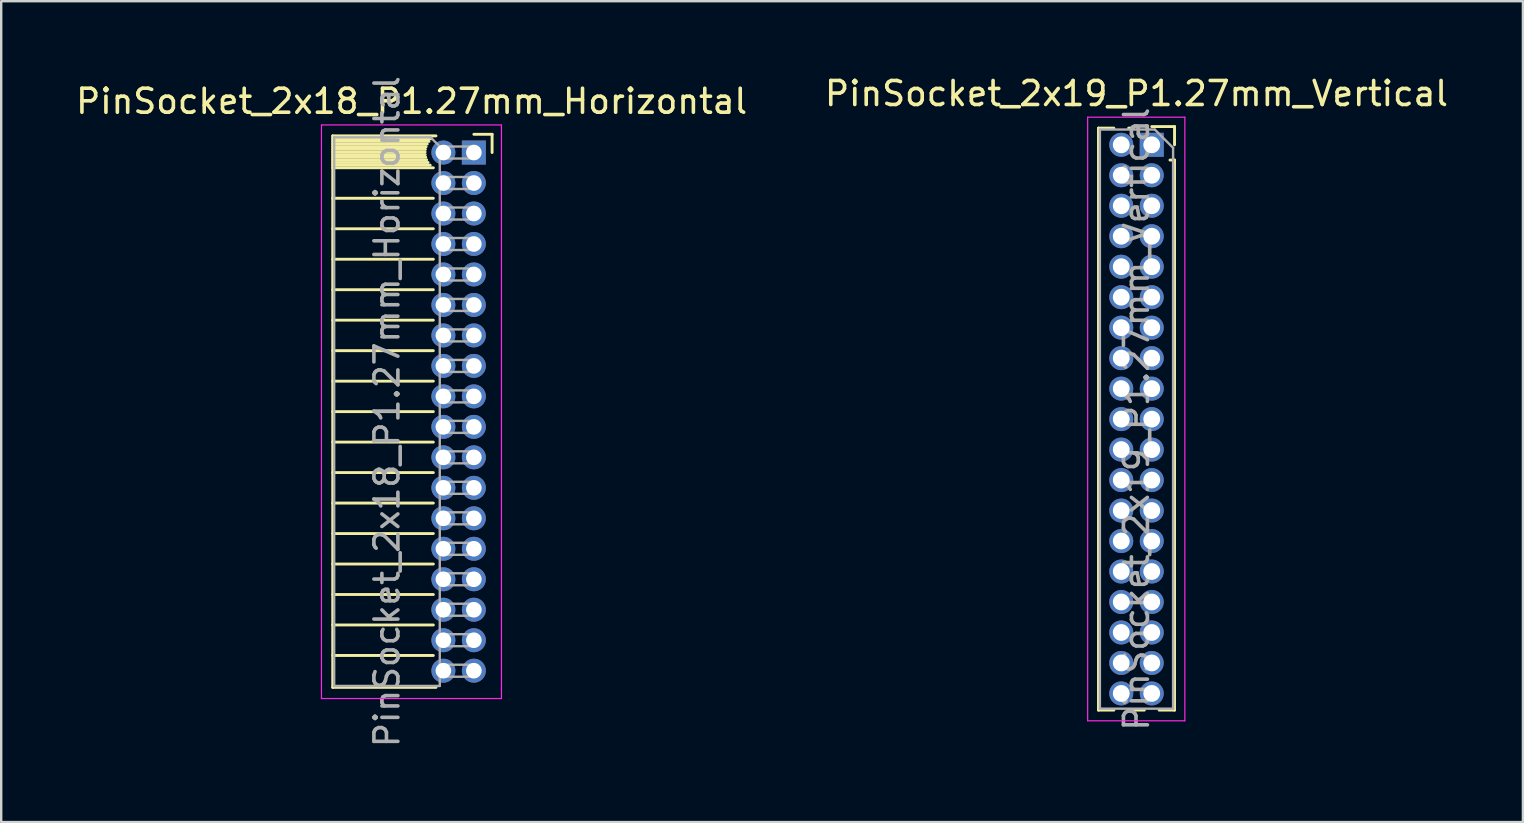
<source format=kicad_pcb>
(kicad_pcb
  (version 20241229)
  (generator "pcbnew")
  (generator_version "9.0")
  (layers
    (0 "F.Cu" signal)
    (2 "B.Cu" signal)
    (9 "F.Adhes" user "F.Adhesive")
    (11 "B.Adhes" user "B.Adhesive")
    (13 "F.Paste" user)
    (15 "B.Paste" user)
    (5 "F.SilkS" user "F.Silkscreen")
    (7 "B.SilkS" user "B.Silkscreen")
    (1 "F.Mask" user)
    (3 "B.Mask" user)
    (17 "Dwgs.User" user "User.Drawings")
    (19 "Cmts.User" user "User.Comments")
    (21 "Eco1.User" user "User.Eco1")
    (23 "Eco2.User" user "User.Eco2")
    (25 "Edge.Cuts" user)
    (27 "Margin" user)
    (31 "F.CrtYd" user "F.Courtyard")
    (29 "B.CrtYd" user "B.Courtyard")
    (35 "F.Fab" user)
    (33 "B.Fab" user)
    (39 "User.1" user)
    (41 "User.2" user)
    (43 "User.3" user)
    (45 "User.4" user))
  (footprint "PinSocket_2x18_P1.27mm_Horizontal"
    (layer "F.Cu")
    (at 16.694 3.306)
    (property "Reference" "PinSocket_2x18_P1.27mm_Horizontal" (at -2.592 -2.135 0) (layer "F.SilkS") (effects (font (size 1 1) (thickness 0.15))))
    (attr through_hole)
    (fp_line (start -5.88 -0.695) (end -5.88 22.285) (stroke (width 0.12) (type solid)) (layer "F.SilkS"))
    (fp_line (start -5.88 -0.695) (end -1.578 -0.695) (stroke (width 0.12) (type solid)) (layer "F.SilkS"))
    (fp_line (start -5.88 -0.575) (end -1.767 -0.575) (stroke (width 0.12) (type solid)) (layer "F.SilkS"))
    (fp_line (start -5.88 -0.465) (end -1.871 -0.465) (stroke (width 0.12) (type solid)) (layer "F.SilkS"))
    (fp_line (start -5.88 -0.355) (end -1.942 -0.355) (stroke (width 0.12) (type solid)) (layer "F.SilkS"))
    (fp_line (start -5.88 -0.245) (end -1.989 -0.245) (stroke (width 0.12) (type solid)) (layer "F.SilkS"))
    (fp_line (start -5.88 -0.135) (end -2.018 -0.135) (stroke (width 0.12) (type solid)) (layer "F.SilkS"))
    (fp_line (start -5.88 -0.025) (end -2.03 -0.025) (stroke (width 0.12) (type solid)) (layer "F.SilkS"))
    (fp_line (start -5.88 0.085) (end -2.025 0.085) (stroke (width 0.12) (type solid)) (layer "F.SilkS"))
    (fp_line (start -5.88 0.195) (end -2.005 0.195) (stroke (width 0.12) (type solid)) (layer "F.SilkS"))
    (fp_line (start -5.88 0.305) (end -1.966 0.305) (stroke (width 0.12) (type solid)) (layer "F.SilkS"))
    (fp_line (start -5.88 0.415) (end -1.907 0.415) (stroke (width 0.12) (type solid)) (layer "F.SilkS"))
    (fp_line (start -5.88 0.525) (end -1.82 0.525) (stroke (width 0.12) (type solid)) (layer "F.SilkS"))
    (fp_line (start -5.88 0.635) (end -1.688 0.635) (stroke (width 0.12) (type solid)) (layer "F.SilkS"))
    (fp_line (start -5.88 1.905) (end -1.688 1.905) (stroke (width 0.12) (type solid)) (layer "F.SilkS"))
    (fp_line (start -5.88 3.175) (end -1.688 3.175) (stroke (width 0.12) (type solid)) (layer "F.SilkS"))
    (fp_line (start -5.88 4.445) (end -1.688 4.445) (stroke (width 0.12) (type solid)) (layer "F.SilkS"))
    (fp_line (start -5.88 5.715) (end -1.688 5.715) (stroke (width 0.12) (type solid)) (layer "F.SilkS"))
    (fp_line (start -5.88 6.985) (end -1.688 6.985) (stroke (width 0.12) (type solid)) (layer "F.SilkS"))
    (fp_line (start -5.88 8.255) (end -1.688 8.255) (stroke (width 0.12) (type solid)) (layer "F.SilkS"))
    (fp_line (start -5.88 9.525) (end -1.688 9.525) (stroke (width 0.12) (type solid)) (layer "F.SilkS"))
    (fp_line (start -5.88 10.795) (end -1.688 10.795) (stroke (width 0.12) (type solid)) (layer "F.SilkS"))
    (fp_line (start -5.88 12.065) (end -1.688 12.065) (stroke (width 0.12) (type solid)) (layer "F.SilkS"))
    (fp_line (start -5.88 13.335) (end -1.688 13.335) (stroke (width 0.12) (type solid)) (layer "F.SilkS"))
    (fp_line (start -5.88 14.605) (end -1.688 14.605) (stroke (width 0.12) (type solid)) (layer "F.SilkS"))
    (fp_line (start -5.88 15.875) (end -1.688 15.875) (stroke (width 0.12) (type solid)) (layer "F.SilkS"))
    (fp_line (start -5.88 17.145) (end -1.688 17.145) (stroke (width 0.12) (type solid)) (layer "F.SilkS"))
    (fp_line (start -5.88 18.415) (end -1.688 18.415) (stroke (width 0.12) (type solid)) (layer "F.SilkS"))
    (fp_line (start -5.88 19.685) (end -1.688 19.685) (stroke (width 0.12) (type solid)) (layer "F.SilkS"))
    (fp_line (start -5.88 20.955) (end -1.688 20.955) (stroke (width 0.12) (type solid)) (layer "F.SilkS"))
    (fp_line (start -5.88 22.285) (end -1.578 22.285) (stroke (width 0.12) (type solid)) (layer "F.SilkS"))
    (fp_line (start 0 -0.76) (end 0.76 -0.76) (stroke (width 0.12) (type solid)) (layer "F.SilkS"))
    (fp_line (start 0.76 -0.76) (end 0.76 0) (stroke (width 0.12) (type solid)) (layer "F.SilkS"))
    (fp_line (start -6.35 -1.15) (end -6.35 22.75) (stroke (width 0.05) (type solid)) (layer "F.CrtYd"))
    (fp_line (start -6.35 22.75) (end 1.15 22.75) (stroke (width 0.05) (type solid)) (layer "F.CrtYd"))
    (fp_line (start 1.15 -1.15) (end -6.35 -1.15) (stroke (width 0.05) (type solid)) (layer "F.CrtYd"))
    (fp_line (start 1.15 22.75) (end 1.15 -1.15) (stroke (width 0.05) (type solid)) (layer "F.CrtYd"))
    (fp_line (start -5.82 -0.635) (end -1.805 -0.635) (stroke (width 0.1) (type solid)) (layer "F.Fab"))
    (fp_line (start -5.82 22.225) (end -5.82 -0.635) (stroke (width 0.1) (type solid)) (layer "F.Fab"))
    (fp_line (start -1.805 -0.635) (end -1.42 -0.25) (stroke (width 0.1) (type solid)) (layer "F.Fab"))
    (fp_line (start -1.42 -0.25) (end -1.42 22.225) (stroke (width 0.1) (type solid)) (layer "F.Fab"))
    (fp_line (start -1.42 0.25) (end 0 0.25) (stroke (width 0.1) (type solid)) (layer "F.Fab"))
    (fp_line (start -1.42 1.52) (end 0 1.52) (stroke (width 0.1) (type solid)) (layer "F.Fab"))
    (fp_line (start -1.42 2.79) (end 0 2.79) (stroke (width 0.1) (type solid)) (layer "F.Fab"))
    (fp_line (start -1.42 4.06) (end 0 4.06) (stroke (width 0.1) (type solid)) (layer "F.Fab"))
    (fp_line (start -1.42 5.33) (end 0 5.33) (stroke (width 0.1) (type solid)) (layer "F.Fab"))
    (fp_line (start -1.42 6.6) (end 0 6.6) (stroke (width 0.1) (type solid)) (layer "F.Fab"))
    (fp_line (start -1.42 7.87) (end 0 7.87) (stroke (width 0.1) (type solid)) (layer "F.Fab"))
    (fp_line (start -1.42 9.14) (end 0 9.14) (stroke (width 0.1) (type solid)) (layer "F.Fab"))
    (fp_line (start -1.42 10.41) (end 0 10.41) (stroke (width 0.1) (type solid)) (layer "F.Fab"))
    (fp_line (start -1.42 11.68) (end 0 11.68) (stroke (width 0.1) (type solid)) (layer "F.Fab"))
    (fp_line (start -1.42 12.95) (end 0 12.95) (stroke (width 0.1) (type solid)) (layer "F.Fab"))
    (fp_line (start -1.42 14.22) (end 0 14.22) (stroke (width 0.1) (type solid)) (layer "F.Fab"))
    (fp_line (start -1.42 15.49) (end 0 15.49) (stroke (width 0.1) (type solid)) (layer "F.Fab"))
    (fp_line (start -1.42 16.76) (end 0 16.76) (stroke (width 0.1) (type solid)) (layer "F.Fab"))
    (fp_line (start -1.42 18.03) (end 0 18.03) (stroke (width 0.1) (type solid)) (layer "F.Fab"))
    (fp_line (start -1.42 19.3) (end 0 19.3) (stroke (width 0.1) (type solid)) (layer "F.Fab"))
    (fp_line (start -1.42 20.57) (end 0 20.57) (stroke (width 0.1) (type solid)) (layer "F.Fab"))
    (fp_line (start -1.42 21.84) (end 0 21.84) (stroke (width 0.1) (type solid)) (layer "F.Fab"))
    (fp_line (start -1.42 22.225) (end -5.82 22.225) (stroke (width 0.1) (type solid)) (layer "F.Fab"))
    (fp_line (start 0 -0.25) (end -1.42 -0.25) (stroke (width 0.1) (type solid)) (layer "F.Fab"))
    (fp_line (start 0 0.25) (end 0 -0.25) (stroke (width 0.1) (type solid)) (layer "F.Fab"))
    (fp_line (start 0 1.02) (end -1.42 1.02) (stroke (width 0.1) (type solid)) (layer "F.Fab"))
    (fp_line (start 0 1.52) (end 0 1.02) (stroke (width 0.1) (type solid)) (layer "F.Fab"))
    (fp_line (start 0 2.29) (end -1.42 2.29) (stroke (width 0.1) (type solid)) (layer "F.Fab"))
    (fp_line (start 0 2.79) (end 0 2.29) (stroke (width 0.1) (type solid)) (layer "F.Fab"))
    (fp_line (start 0 3.56) (end -1.42 3.56) (stroke (width 0.1) (type solid)) (layer "F.Fab"))
    (fp_line (start 0 4.06) (end 0 3.56) (stroke (width 0.1) (type solid)) (layer "F.Fab"))
    (fp_line (start 0 4.83) (end -1.42 4.83) (stroke (width 0.1) (type solid)) (layer "F.Fab"))
    (fp_line (start 0 5.33) (end 0 4.83) (stroke (width 0.1) (type solid)) (layer "F.Fab"))
    (fp_line (start 0 6.1) (end -1.42 6.1) (stroke (width 0.1) (type solid)) (layer "F.Fab"))
    (fp_line (start 0 6.6) (end 0 6.1) (stroke (width 0.1) (type solid)) (layer "F.Fab"))
    (fp_line (start 0 7.37) (end -1.42 7.37) (stroke (width 0.1) (type solid)) (layer "F.Fab"))
    (fp_line (start 0 7.87) (end 0 7.37) (stroke (width 0.1) (type solid)) (layer "F.Fab"))
    (fp_line (start 0 8.64) (end -1.42 8.64) (stroke (width 0.1) (type solid)) (layer "F.Fab"))
    (fp_line (start 0 9.14) (end 0 8.64) (stroke (width 0.1) (type solid)) (layer "F.Fab"))
    (fp_line (start 0 9.91) (end -1.42 9.91) (stroke (width 0.1) (type solid)) (layer "F.Fab"))
    (fp_line (start 0 10.41) (end 0 9.91) (stroke (width 0.1) (type solid)) (layer "F.Fab"))
    (fp_line (start 0 11.18) (end -1.42 11.18) (stroke (width 0.1) (type solid)) (layer "F.Fab"))
    (fp_line (start 0 11.68) (end 0 11.18) (stroke (width 0.1) (type solid)) (layer "F.Fab"))
    (fp_line (start 0 12.45) (end -1.42 12.45) (stroke (width 0.1) (type solid)) (layer "F.Fab"))
    (fp_line (start 0 12.95) (end 0 12.45) (stroke (width 0.1) (type solid)) (layer "F.Fab"))
    (fp_line (start 0 13.72) (end -1.42 13.72) (stroke (width 0.1) (type solid)) (layer "F.Fab"))
    (fp_line (start 0 14.22) (end 0 13.72) (stroke (width 0.1) (type solid)) (layer "F.Fab"))
    (fp_line (start 0 14.99) (end -1.42 14.99) (stroke (width 0.1) (type solid)) (layer "F.Fab"))
    (fp_line (start 0 15.49) (end 0 14.99) (stroke (width 0.1) (type solid)) (layer "F.Fab"))
    (fp_line (start 0 16.26) (end -1.42 16.26) (stroke (width 0.1) (type solid)) (layer "F.Fab"))
    (fp_line (start 0 16.76) (end 0 16.26) (stroke (width 0.1) (type solid)) (layer "F.Fab"))
    (fp_line (start 0 17.53) (end -1.42 17.53) (stroke (width 0.1) (type solid)) (layer "F.Fab"))
    (fp_line (start 0 18.03) (end 0 17.53) (stroke (width 0.1) (type solid)) (layer "F.Fab"))
    (fp_line (start 0 18.8) (end -1.42 18.8) (stroke (width 0.1) (type solid)) (layer "F.Fab"))
    (fp_line (start 0 19.3) (end 0 18.8) (stroke (width 0.1) (type solid)) (layer "F.Fab"))
    (fp_line (start 0 20.07) (end -1.42 20.07) (stroke (width 0.1) (type solid)) (layer "F.Fab"))
    (fp_line (start 0 20.57) (end 0 20.07) (stroke (width 0.1) (type solid)) (layer "F.Fab"))
    (fp_line (start 0 21.34) (end -1.42 21.34) (stroke (width 0.1) (type solid)) (layer "F.Fab"))
    (fp_line (start 0 21.84) (end 0 21.34) (stroke (width 0.1) (type solid)) (layer "F.Fab"))
    (fp_text user "${REFERENCE}" (at -3.62 10.795 90) (layer "F.Fab") (effects (font (size 1 1) (thickness 0.15))))
    (pad "1" thru_hole rect (at 0 0) (size 1 1) (drill 0.65) (layers "*.Cu" "*.Mask"))
    (pad "2" thru_hole circle (at -1.27 0) (size 1 1) (drill 0.65) (layers "*.Cu" "*.Mask"))
    (pad "3" thru_hole circle (at 0 1.27) (size 1 1) (drill 0.65) (layers "*.Cu" "*.Mask"))
    (pad "4" thru_hole circle (at -1.27 1.27) (size 1 1) (drill 0.65) (layers "*.Cu" "*.Mask"))
    (pad "5" thru_hole circle (at 0 2.54) (size 1 1) (drill 0.65) (layers "*.Cu" "*.Mask"))
    (pad "6" thru_hole circle (at -1.27 2.54) (size 1 1) (drill 0.65) (layers "*.Cu" "*.Mask"))
    (pad "7" thru_hole circle (at 0 3.81) (size 1 1) (drill 0.65) (layers "*.Cu" "*.Mask"))
    (pad "8" thru_hole circle (at -1.27 3.81) (size 1 1) (drill 0.65) (layers "*.Cu" "*.Mask"))
    (pad "9" thru_hole circle (at 0 5.08) (size 1 1) (drill 0.65) (layers "*.Cu" "*.Mask"))
    (pad "10" thru_hole circle (at -1.27 5.08) (size 1 1) (drill 0.65) (layers "*.Cu" "*.Mask"))
    (pad "11" thru_hole circle (at 0 6.35) (size 1 1) (drill 0.65) (layers "*.Cu" "*.Mask"))
    (pad "12" thru_hole circle (at -1.27 6.35) (size 1 1) (drill 0.65) (layers "*.Cu" "*.Mask"))
    (pad "13" thru_hole circle (at 0 7.62) (size 1 1) (drill 0.65) (layers "*.Cu" "*.Mask"))
    (pad "14" thru_hole circle (at -1.27 7.62) (size 1 1) (drill 0.65) (layers "*.Cu" "*.Mask"))
    (pad "15" thru_hole circle (at 0 8.89) (size 1 1) (drill 0.65) (layers "*.Cu" "*.Mask"))
    (pad "16" thru_hole circle (at -1.27 8.89) (size 1 1) (drill 0.65) (layers "*.Cu" "*.Mask"))
    (pad "17" thru_hole circle (at 0 10.16) (size 1 1) (drill 0.65) (layers "*.Cu" "*.Mask"))
    (pad "18" thru_hole circle (at -1.27 10.16) (size 1 1) (drill 0.65) (layers "*.Cu" "*.Mask"))
    (pad "19" thru_hole circle (at 0 11.43) (size 1 1) (drill 0.65) (layers "*.Cu" "*.Mask"))
    (pad "20" thru_hole circle (at -1.27 11.43) (size 1 1) (drill 0.65) (layers "*.Cu" "*.Mask"))
    (pad "21" thru_hole circle (at 0 12.7) (size 1 1) (drill 0.65) (layers "*.Cu" "*.Mask"))
    (pad "22" thru_hole circle (at -1.27 12.7) (size 1 1) (drill 0.65) (layers "*.Cu" "*.Mask"))
    (pad "23" thru_hole circle (at 0 13.97) (size 1 1) (drill 0.65) (layers "*.Cu" "*.Mask"))
    (pad "24" thru_hole circle (at -1.27 13.97) (size 1 1) (drill 0.65) (layers "*.Cu" "*.Mask"))
    (pad "25" thru_hole circle (at 0 15.24) (size 1 1) (drill 0.65) (layers "*.Cu" "*.Mask"))
    (pad "26" thru_hole circle (at -1.27 15.24) (size 1 1) (drill 0.65) (layers "*.Cu" "*.Mask"))
    (pad "27" thru_hole circle (at 0 16.51) (size 1 1) (drill 0.65) (layers "*.Cu" "*.Mask"))
    (pad "28" thru_hole circle (at -1.27 16.51) (size 1 1) (drill 0.65) (layers "*.Cu" "*.Mask"))
    (pad "29" thru_hole circle (at 0 17.78) (size 1 1) (drill 0.65) (layers "*.Cu" "*.Mask"))
    (pad "30" thru_hole circle (at -1.27 17.78) (size 1 1) (drill 0.65) (layers "*.Cu" "*.Mask"))
    (pad "31" thru_hole circle (at 0 19.05) (size 1 1) (drill 0.65) (layers "*.Cu" "*.Mask"))
    (pad "32" thru_hole circle (at -1.27 19.05) (size 1 1) (drill 0.65) (layers "*.Cu" "*.Mask"))
    (pad "33" thru_hole circle (at 0 20.32) (size 1 1) (drill 0.65) (layers "*.Cu" "*.Mask"))
    (pad "34" thru_hole circle (at -1.27 20.32) (size 1 1) (drill 0.65) (layers "*.Cu" "*.Mask"))
    (pad "35" thru_hole circle (at 0 21.59) (size 1 1) (drill 0.65) (layers "*.Cu" "*.Mask"))
    (pad "36" thru_hole circle (at -1.27 21.59) (size 1 1) (drill 0.65) (layers "*.Cu" "*.Mask")))
  (footprint "PinSocket_2x19_P1.27mm_Vertical"
    (layer "F.Cu")
    (at 44.939 2.983)
    (property "Reference" "PinSocket_2x19_P1.27mm_Vertical" (at -0.635 -2.135 0) (layer "F.SilkS") (effects (font (size 1 1) (thickness 0.15))))
    (attr through_hole)
    (fp_line (start -2.22 -0.695) (end -2.22 23.555) (stroke (width 0.12) (type solid)) (layer "F.SilkS"))
    (fp_line (start -2.22 -0.695) (end -1.578 -0.695) (stroke (width 0.12) (type solid)) (layer "F.SilkS"))
    (fp_line (start -2.22 23.555) (end -1.578 23.555) (stroke (width 0.12) (type solid)) (layer "F.SilkS"))
    (fp_line (start -0.962 -0.695) (end -0.76 -0.695) (stroke (width 0.12) (type solid)) (layer "F.SilkS"))
    (fp_line (start -0.962 23.555) (end -0.308 23.555) (stroke (width 0.12) (type solid)) (layer "F.SilkS"))
    (fp_line (start 0 -0.76) (end 0.95 -0.76) (stroke (width 0.12) (type solid)) (layer "F.SilkS"))
    (fp_line (start 0.308 23.555) (end 0.95 23.555) (stroke (width 0.12) (type solid)) (layer "F.SilkS"))
    (fp_line (start 0.76 0.635) (end 0.95 0.635) (stroke (width 0.12) (type solid)) (layer "F.SilkS"))
    (fp_line (start 0.95 -0.76) (end 0.95 0) (stroke (width 0.12) (type solid)) (layer "F.SilkS"))
    (fp_line (start 0.95 0.635) (end 0.95 23.555) (stroke (width 0.12) (type solid)) (layer "F.SilkS"))
    (fp_line (start -2.67 -1.15) (end 1.38 -1.15) (stroke (width 0.05) (type solid)) (layer "F.CrtYd"))
    (fp_line (start -2.67 24) (end -2.67 -1.15) (stroke (width 0.05) (type solid)) (layer "F.CrtYd"))
    (fp_line (start 1.38 -1.15) (end 1.38 24) (stroke (width 0.05) (type solid)) (layer "F.CrtYd"))
    (fp_line (start 1.38 24) (end -2.67 24) (stroke (width 0.05) (type solid)) (layer "F.CrtYd"))
    (fp_line (start -2.16 -0.635) (end 0.128 -0.635) (stroke (width 0.1) (type solid)) (layer "F.Fab"))
    (fp_line (start -2.16 23.495) (end -2.16 -0.635) (stroke (width 0.1) (type solid)) (layer "F.Fab"))
    (fp_line (start 0.128 -0.635) (end 0.89 0.128) (stroke (width 0.1) (type solid)) (layer "F.Fab"))
    (fp_line (start 0.89 0.128) (end 0.89 23.495) (stroke (width 0.1) (type solid)) (layer "F.Fab"))
    (fp_line (start 0.89 23.495) (end -2.16 23.495) (stroke (width 0.1) (type solid)) (layer "F.Fab"))
    (fp_text user "${REFERENCE}" (at -0.635 11.43 90) (layer "F.Fab") (effects (font (size 1 1) (thickness 0.15))))
    (pad "1" thru_hole rect (at 0 0) (size 1 1) (drill 0.7) (layers "*.Cu" "*.Mask"))
    (pad "2" thru_hole circle (at -1.27 0) (size 1 1) (drill 0.7) (layers "*.Cu" "*.Mask"))
    (pad "3" thru_hole circle (at 0 1.27) (size 1 1) (drill 0.7) (layers "*.Cu" "*.Mask"))
    (pad "4" thru_hole circle (at -1.27 1.27) (size 1 1) (drill 0.7) (layers "*.Cu" "*.Mask"))
    (pad "5" thru_hole circle (at 0 2.54) (size 1 1) (drill 0.7) (layers "*.Cu" "*.Mask"))
    (pad "6" thru_hole circle (at -1.27 2.54) (size 1 1) (drill 0.7) (layers "*.Cu" "*.Mask"))
    (pad "7" thru_hole circle (at 0 3.81) (size 1 1) (drill 0.7) (layers "*.Cu" "*.Mask"))
    (pad "8" thru_hole circle (at -1.27 3.81) (size 1 1) (drill 0.7) (layers "*.Cu" "*.Mask"))
    (pad "9" thru_hole circle (at 0 5.08) (size 1 1) (drill 0.7) (layers "*.Cu" "*.Mask"))
    (pad "10" thru_hole circle (at -1.27 5.08) (size 1 1) (drill 0.7) (layers "*.Cu" "*.Mask"))
    (pad "11" thru_hole circle (at 0 6.35) (size 1 1) (drill 0.7) (layers "*.Cu" "*.Mask"))
    (pad "12" thru_hole circle (at -1.27 6.35) (size 1 1) (drill 0.7) (layers "*.Cu" "*.Mask"))
    (pad "13" thru_hole circle (at 0 7.62) (size 1 1) (drill 0.7) (layers "*.Cu" "*.Mask"))
    (pad "14" thru_hole circle (at -1.27 7.62) (size 1 1) (drill 0.7) (layers "*.Cu" "*.Mask"))
    (pad "15" thru_hole circle (at 0 8.89) (size 1 1) (drill 0.7) (layers "*.Cu" "*.Mask"))
    (pad "16" thru_hole circle (at -1.27 8.89) (size 1 1) (drill 0.7) (layers "*.Cu" "*.Mask"))
    (pad "17" thru_hole circle (at 0 10.16) (size 1 1) (drill 0.7) (layers "*.Cu" "*.Mask"))
    (pad "18" thru_hole circle (at -1.27 10.16) (size 1 1) (drill 0.7) (layers "*.Cu" "*.Mask"))
    (pad "19" thru_hole circle (at 0 11.43) (size 1 1) (drill 0.7) (layers "*.Cu" "*.Mask"))
    (pad "20" thru_hole circle (at -1.27 11.43) (size 1 1) (drill 0.7) (layers "*.Cu" "*.Mask"))
    (pad "21" thru_hole circle (at 0 12.7) (size 1 1) (drill 0.7) (layers "*.Cu" "*.Mask"))
    (pad "22" thru_hole circle (at -1.27 12.7) (size 1 1) (drill 0.7) (layers "*.Cu" "*.Mask"))
    (pad "23" thru_hole circle (at 0 13.97) (size 1 1) (drill 0.7) (layers "*.Cu" "*.Mask"))
    (pad "24" thru_hole circle (at -1.27 13.97) (size 1 1) (drill 0.7) (layers "*.Cu" "*.Mask"))
    (pad "25" thru_hole circle (at 0 15.24) (size 1 1) (drill 0.7) (layers "*.Cu" "*.Mask"))
    (pad "26" thru_hole circle (at -1.27 15.24) (size 1 1) (drill 0.7) (layers "*.Cu" "*.Mask"))
    (pad "27" thru_hole circle (at 0 16.51) (size 1 1) (drill 0.7) (layers "*.Cu" "*.Mask"))
    (pad "28" thru_hole circle (at -1.27 16.51) (size 1 1) (drill 0.7) (layers "*.Cu" "*.Mask"))
    (pad "29" thru_hole circle (at 0 17.78) (size 1 1) (drill 0.7) (layers "*.Cu" "*.Mask"))
    (pad "30" thru_hole circle (at -1.27 17.78) (size 1 1) (drill 0.7) (layers "*.Cu" "*.Mask"))
    (pad "31" thru_hole circle (at 0 19.05) (size 1 1) (drill 0.7) (layers "*.Cu" "*.Mask"))
    (pad "32" thru_hole circle (at -1.27 19.05) (size 1 1) (drill 0.7) (layers "*.Cu" "*.Mask"))
    (pad "33" thru_hole circle (at 0 20.32) (size 1 1) (drill 0.7) (layers "*.Cu" "*.Mask"))
    (pad "34" thru_hole circle (at -1.27 20.32) (size 1 1) (drill 0.7) (layers "*.Cu" "*.Mask"))
    (pad "35" thru_hole circle (at 0 21.59) (size 1 1) (drill 0.7) (layers "*.Cu" "*.Mask"))
    (pad "36" thru_hole circle (at -1.27 21.59) (size 1 1) (drill 0.7) (layers "*.Cu" "*.Mask"))
    (pad "37" thru_hole circle (at 0 22.86) (size 1 1) (drill 0.7) (layers "*.Cu" "*.Mask"))
    (pad "38" thru_hole circle (at -1.27 22.86) (size 1 1) (drill 0.7) (layers "*.Cu" "*.Mask")))
  (gr_rect
    (start -3 -3)
    (end 60.405 31.202)
    (stroke (width 0.1) (type default))
    (fill no)
    (layer "Edge.Cuts")))
</source>
